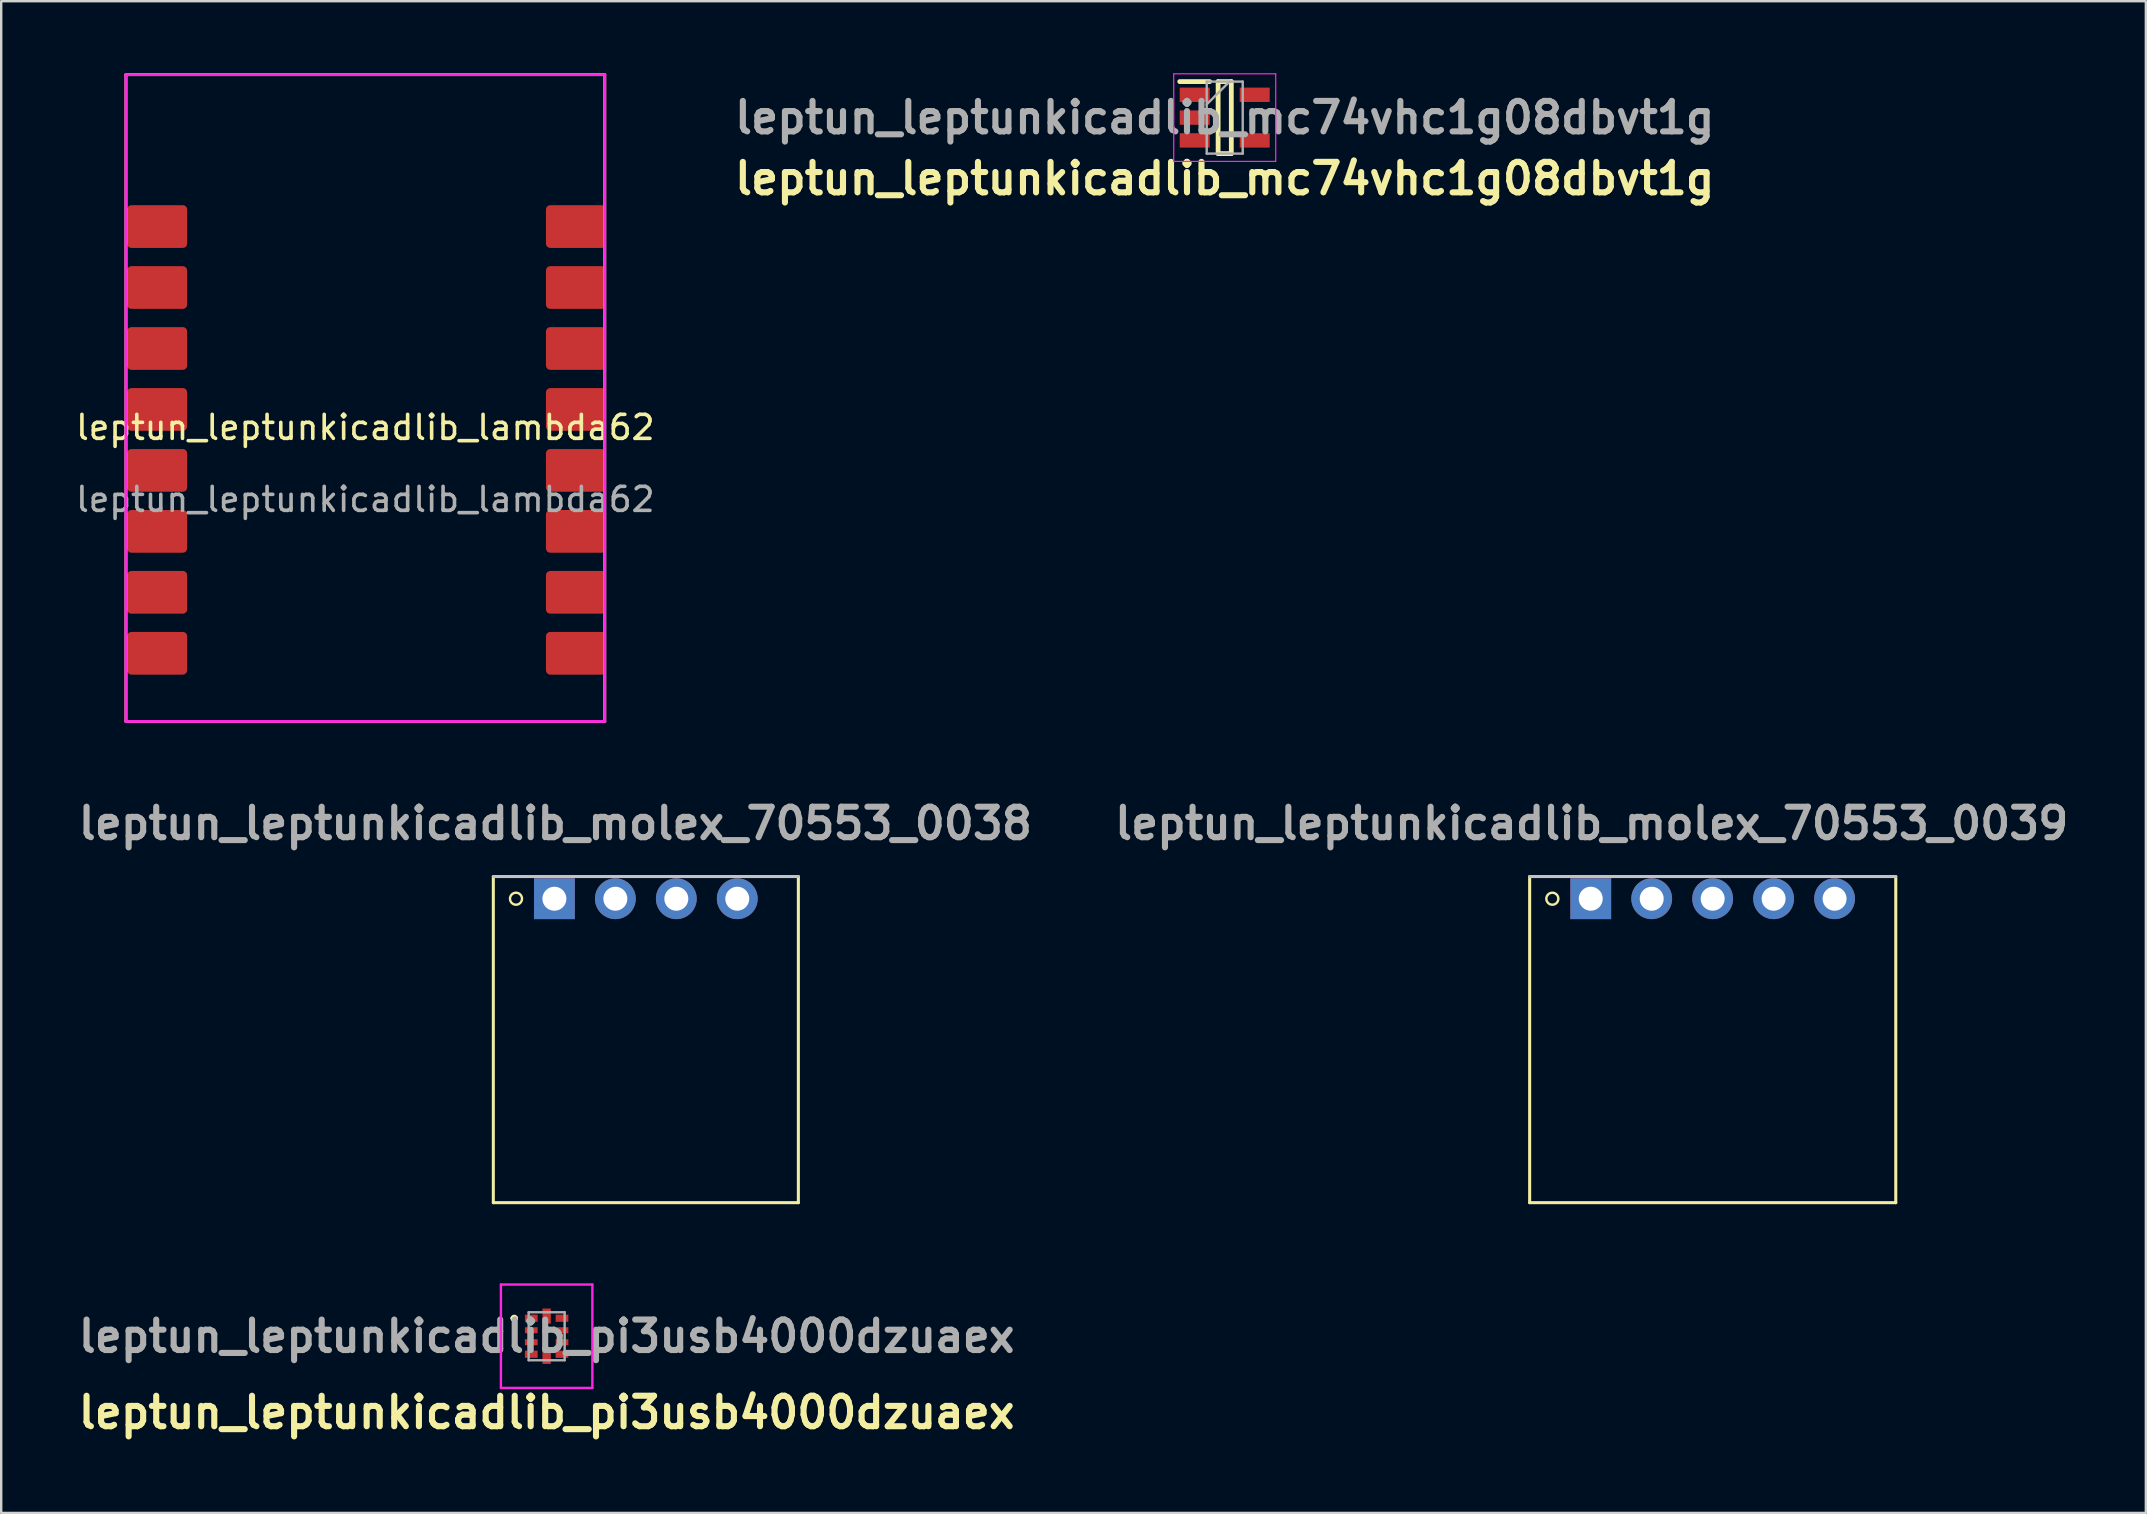
<source format=kicad_pcb>
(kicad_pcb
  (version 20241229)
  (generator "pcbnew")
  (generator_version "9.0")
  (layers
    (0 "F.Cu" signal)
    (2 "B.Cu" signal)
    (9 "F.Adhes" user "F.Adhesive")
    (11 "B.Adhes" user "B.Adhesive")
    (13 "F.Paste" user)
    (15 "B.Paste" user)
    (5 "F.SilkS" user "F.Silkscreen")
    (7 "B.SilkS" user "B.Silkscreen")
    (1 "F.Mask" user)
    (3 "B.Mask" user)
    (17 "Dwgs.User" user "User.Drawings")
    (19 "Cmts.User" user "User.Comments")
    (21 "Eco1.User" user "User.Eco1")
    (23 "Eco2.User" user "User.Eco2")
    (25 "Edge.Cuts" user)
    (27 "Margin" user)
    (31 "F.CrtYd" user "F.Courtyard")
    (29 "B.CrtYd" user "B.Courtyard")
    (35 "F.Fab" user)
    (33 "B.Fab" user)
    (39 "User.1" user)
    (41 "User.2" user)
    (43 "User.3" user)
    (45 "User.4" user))
  (footprint "leptun_leptunkicadlib_molex_70553_0038"
    (layer "F.Cu")
    (at 20.05 34.397)
    (property "Reference" "leptun_leptunkicadlib_molex_70553_0038" (at 0.04 -3.138 0) (layer "F.Fab") (effects (font (size 1.27 1.27) (thickness 0.254) (bold yes))))
    (attr through_hole)
    (fp_line (start -2.545 -0.925) (end -2.545 12.665) (stroke (width 0.127) (type solid)) (layer "F.SilkS"))
    (fp_line (start -2.545 12.665) (end 10.165 12.665) (stroke (width 0.127) (type solid)) (layer "F.SilkS"))
    (fp_line (start 10.165 12.665) (end 10.165 -0.925) (stroke (width 0.127) (type solid)) (layer "F.SilkS"))
    (fp_circle (center -1.6 0) (end -1.35 0) (stroke (width 0.1) (type solid)) (fill no) (layer "F.SilkS"))
    (fp_line (start 10.165 -0.925) (end -2.545 -0.925) (stroke (width 0.127) (type solid)) (layer "Dwgs.User"))
    (fp_line (start -2.75 -1.25) (end -2.75 13) (stroke (width 0.05) (type solid)) (layer "Eco1.User"))
    (fp_line (start -2.75 13) (end 10.37 13) (stroke (width 0.05) (type solid)) (layer "Eco1.User"))
    (fp_line (start 10.37 -1.25) (end -2.75 -1.25) (stroke (width 0.05) (type solid)) (layer "Eco1.User"))
    (fp_line (start 10.37 13) (end 10.37 -1.25) (stroke (width 0.05) (type solid)) (layer "Eco1.User"))
    (pad "1" thru_hole rect (at 0 0) (size 1.7 1.7) (drill 1) (layers "*.Cu" "*.Mask"))
    (pad "2" thru_hole circle (at 2.54 0) (size 1.7 1.7) (drill 1) (layers "*.Cu" "*.Mask"))
    (pad "3" thru_hole circle (at 5.08 0) (size 1.7 1.7) (drill 1) (layers "*.Cu" "*.Mask"))
    (pad "4" thru_hole circle (at 7.62 0) (size 1.7 1.7) (drill 1) (layers "*.Cu" "*.Mask")))
  (footprint "leptun_leptunkicadlib_molex_70553_0039"
    (layer "F.Cu")
    (at 63.231 34.397)
    (property "Reference" "leptun_leptunkicadlib_molex_70553_0039" (at 0.04 -3.138 0) (layer "F.Fab") (effects (font (size 1.27 1.27) (thickness 0.254) (bold yes))))
    (attr through_hole)
    (fp_line (start -2.545 -0.925) (end -2.545 12.665) (stroke (width 0.127) (type solid)) (layer "F.SilkS"))
    (fp_line (start -2.545 12.665) (end 12.71 12.665) (stroke (width 0.127) (type solid)) (layer "F.SilkS"))
    (fp_line (start 12.71 12.665) (end 12.71 -0.925) (stroke (width 0.127) (type solid)) (layer "F.SilkS"))
    (fp_circle (center -1.6 0) (end -1.35 0) (stroke (width 0.1) (type solid)) (fill no) (layer "F.SilkS"))
    (fp_line (start 12.71 -0.925) (end -2.545 -0.925) (stroke (width 0.127) (type solid)) (layer "Dwgs.User"))
    (fp_line (start -2.75 -1.25) (end -2.75 13) (stroke (width 0.05) (type solid)) (layer "Eco1.User"))
    (fp_line (start -2.75 13) (end 12.915 13) (stroke (width 0.05) (type solid)) (layer "Eco1.User"))
    (fp_line (start 12.915 -1.25) (end -2.75 -1.25) (stroke (width 0.05) (type solid)) (layer "Eco1.User"))
    (fp_line (start 12.915 13) (end 12.915 -1.25) (stroke (width 0.05) (type solid)) (layer "Eco1.User"))
    (pad "1" thru_hole rect (at 0 0) (size 1.7 1.7) (drill 1) (layers "*.Cu" "*.Mask"))
    (pad "2" thru_hole circle (at 2.54 0) (size 1.7 1.7) (drill 1) (layers "*.Cu" "*.Mask"))
    (pad "3" thru_hole circle (at 5.08 0) (size 1.7 1.7) (drill 1) (layers "*.Cu" "*.Mask"))
    (pad "4" thru_hole circle (at 7.62 0) (size 1.7 1.7) (drill 1) (layers "*.Cu" "*.Mask"))
    (pad "5" thru_hole circle (at 10.16 0) (size 1.7 1.7) (drill 1) (layers "*.Cu" "*.Mask")))
  (footprint "leptun_leptunkicadlib_pi3usb4000dzuaex"
    (layer "F.Cu")
    (at 19.727 52.627)
    (property "Reference" "leptun_leptunkicadlib_pi3usb4000dzuaex" (at 0 3.175 0) (layer "F.SilkS") (effects (font (size 1.27 1.27) (thickness 0.254))))
    (attr smd)
    (fp_line (start -1.4 -0.75) (end -1.4 -0.75) (stroke (width 0.2) (type solid)) (layer "F.SilkS"))
    (fp_line (start -1.4 -0.75) (end -1.4 -0.75) (stroke (width 0.2) (type solid)) (layer "F.SilkS"))
    (fp_line (start -1.3 -0.75) (end -1.3 -0.75) (stroke (width 0.2) (type solid)) (layer "F.SilkS"))
    (fp_arc (start -1.4 -0.75) (mid -1.35 -0.8) (end -1.3 -0.75) (stroke (width 0.2) (type solid)) (layer "F.SilkS"))
    (fp_arc (start -1.3 -0.75) (mid -1.35 -0.7) (end -1.4 -0.75) (stroke (width 0.2) (type solid)) (layer "F.SilkS"))
    (fp_arc (start -1.3 -0.75) (mid -1.35 -0.7) (end -1.4 -0.75) (stroke (width 0.2) (type solid)) (layer "F.SilkS"))
    (fp_line (start -1.905 -2.155) (end 1.905 -2.155) (stroke (width 0.1) (type solid)) (layer "F.CrtYd"))
    (fp_line (start -1.905 2.155) (end -1.905 -2.155) (stroke (width 0.1) (type solid)) (layer "F.CrtYd"))
    (fp_line (start 1.905 -2.155) (end 1.905 2.155) (stroke (width 0.1) (type solid)) (layer "F.CrtYd"))
    (fp_line (start 1.905 2.155) (end -1.905 2.155) (stroke (width 0.1) (type solid)) (layer "F.CrtYd"))
    (fp_line (start -0.75 -1) (end -0.75 1) (stroke (width 0.1) (type solid)) (layer "F.Fab"))
    (fp_line (start -0.75 1) (end 0.75 1) (stroke (width 0.1) (type solid)) (layer "F.Fab"))
    (fp_line (start 0.75 -1) (end -0.75 -1) (stroke (width 0.1) (type solid)) (layer "F.Fab"))
    (fp_line (start 0.75 1) (end 0.75 -1) (stroke (width 0.1) (type solid)) (layer "F.Fab"))
    (fp_text user "${REFERENCE}" (at 0 0 0) (layer "F.Fab") (effects (font (size 1.27 1.27) (thickness 0.254))))
    (pad "1" smd rect (at -0.64 -0.75 90) (size 0.3 0.53) (layers "F.Cu" "F.Mask" "F.Paste"))
    (pad "2" smd rect (at -0.64 -0.25 90) (size 0.25 0.53) (layers "F.Cu" "F.Mask" "F.Paste"))
    (pad "3" smd rect (at -0.64 0.25 90) (size 0.25 0.53) (layers "F.Cu" "F.Mask" "F.Paste"))
    (pad "4" smd rect (at -0.64 0.75 90) (size 0.3 0.53) (layers "F.Cu" "F.Mask" "F.Paste"))
    (pad "5" smd rect (at 0 0.84) (size 0.35 0.63) (layers "F.Cu" "F.Mask" "F.Paste"))
    (pad "6" smd rect (at 0.64 0.75 90) (size 0.3 0.53) (layers "F.Cu" "F.Mask" "F.Paste"))
    (pad "7" smd rect (at 0.64 0.25 90) (size 0.25 0.53) (layers "F.Cu" "F.Mask" "F.Paste"))
    (pad "8" smd rect (at 0.64 -0.25 90) (size 0.25 0.53) (layers "F.Cu" "F.Mask" "F.Paste"))
    (pad "9" smd rect (at 0.64 -0.75 90) (size 0.3 0.53) (layers "F.Cu" "F.Mask" "F.Paste"))
    (pad "10" smd rect (at 0 -0.84) (size 0.35 0.63) (layers "F.Cu" "F.Mask" "F.Paste")))
  (footprint "leptun_leptunkicadlib_lambda62"
    (layer "F.Cu")
    (at 12.173 15.26)
    (property "Reference" "leptun_leptunkicadlib_lambda62" (at 0 -0.5 0) (unlocked yes) (layer "F.SilkS") (effects (font (size 1 1) (thickness 0.15))))
    (attr smd)
    (fp_line (start -9.975 -15.2) (end 9.975 -15.2) (stroke (width 0.12) (type default)) (layer "F.SilkS"))
    (fp_line (start -9.975 11.75) (end -9.975 -15.2) (stroke (width 0.12) (type default)) (layer "F.SilkS"))
    (fp_line (start -9.975 11.75) (end 9.975 11.75) (stroke (width 0.12) (type default)) (layer "F.SilkS"))
    (fp_line (start 9.975 -15.2) (end 9.975 11.75) (stroke (width 0.12) (type default)) (layer "F.SilkS"))
    (fp_line (start -9.975 -15.2) (end 9.975 -15.2) (stroke (width 0.12) (type default)) (layer "F.CrtYd"))
    (fp_line (start -9.975 11.75) (end -9.975 -15.2) (stroke (width 0.12) (type default)) (layer "F.CrtYd"))
    (fp_line (start -9.975 11.75) (end 9.975 11.75) (stroke (width 0.12) (type default)) (layer "F.CrtYd"))
    (fp_line (start 9.975 -15.2) (end 9.975 11.75) (stroke (width 0.12) (type default)) (layer "F.CrtYd"))
    (fp_text user "${REFERENCE}" (at 0 2.5 0) (unlocked yes) (layer "F.Fab") (effects (font (size 1 1) (thickness 0.15))))
    (pad "1" smd roundrect (at -8.675 -8.87) (size 2.5 1.78) (layers "F.Cu" "F.Mask" "F.Paste") (roundrect_rratio 0.1))
    (pad "2" smd roundrect (at -8.675 -6.33) (size 2.5 1.78) (layers "F.Cu" "F.Mask" "F.Paste") (roundrect_rratio 0.1))
    (pad "3" smd roundrect (at -8.675 -3.79) (size 2.5 1.78) (layers "F.Cu" "F.Mask" "F.Paste") (roundrect_rratio 0.1))
    (pad "4" smd roundrect (at -8.675 -1.25) (size 2.5 1.78) (layers "F.Cu" "F.Mask" "F.Paste") (roundrect_rratio 0.1))
    (pad "5" smd roundrect (at -8.675 1.29) (size 2.5 1.78) (layers "F.Cu" "F.Mask" "F.Paste") (roundrect_rratio 0.1))
    (pad "6" smd roundrect (at -8.675 3.83) (size 2.5 1.78) (layers "F.Cu" "F.Mask" "F.Paste") (roundrect_rratio 0.1))
    (pad "7" smd roundrect (at -8.675 6.37) (size 2.5 1.78) (layers "F.Cu" "F.Mask" "F.Paste") (roundrect_rratio 0.1))
    (pad "8" smd roundrect (at -8.675 8.91) (size 2.5 1.78) (layers "F.Cu" "F.Mask" "F.Paste") (roundrect_rratio 0.1))
    (pad "9" smd roundrect (at 8.775 8.91) (size 2.5 1.78) (layers "F.Cu" "F.Mask" "F.Paste") (roundrect_rratio 0.1))
    (pad "10" smd roundrect (at 8.775 6.37) (size 2.5 1.78) (layers "F.Cu" "F.Mask" "F.Paste") (roundrect_rratio 0.1))
    (pad "11" smd roundrect (at 8.775 3.83) (size 2.5 1.78) (layers "F.Cu" "F.Mask" "F.Paste") (roundrect_rratio 0.1))
    (pad "12" smd roundrect (at 8.775 1.29) (size 2.5 1.78) (layers "F.Cu" "F.Mask" "F.Paste") (roundrect_rratio 0.1))
    (pad "13" smd roundrect (at 8.775 -1.25) (size 2.5 1.78) (layers "F.Cu" "F.Mask" "F.Paste") (roundrect_rratio 0.1))
    (pad "14" smd roundrect (at 8.775 -3.79) (size 2.5 1.78) (layers "F.Cu" "F.Mask" "F.Paste") (roundrect_rratio 0.1))
    (pad "15" smd roundrect (at 8.775 -6.33) (size 2.5 1.78) (layers "F.Cu" "F.Mask" "F.Paste") (roundrect_rratio 0.1))
    (pad "16" smd roundrect (at 8.775 -8.87) (size 2.5 1.78) (layers "F.Cu" "F.Mask" "F.Paste") (roundrect_rratio 0.1)))
  (footprint "leptun_leptunkicadlib_mc74vhc1g08dbvt1g"
    (layer "F.Cu")
    (at 47.98 1.85)
    (property "Reference" "leptun_leptunkicadlib_mc74vhc1g08dbvt1g" (at 0 2.54 0) (layer "F.SilkS") (effects (font (size 1.27 1.27) (thickness 0.254))))
    (attr smd)
    (fp_line (start -1.875 -1.5) (end -0.625 -1.5) (stroke (width 0.2) (type solid)) (layer "F.SilkS"))
    (fp_line (start -0.275 -1.5) (end 0.275 -1.5) (stroke (width 0.2) (type solid)) (layer "F.SilkS"))
    (fp_line (start -0.275 1.5) (end -0.275 -1.5) (stroke (width 0.2) (type solid)) (layer "F.SilkS"))
    (fp_line (start 0.275 -1.5) (end 0.275 1.5) (stroke (width 0.2) (type solid)) (layer "F.SilkS"))
    (fp_line (start 0.275 1.5) (end -0.275 1.5) (stroke (width 0.2) (type solid)) (layer "F.SilkS"))
    (fp_line (start -2.125 -1.825) (end 2.125 -1.825) (stroke (width 0.05) (type solid)) (layer "F.CrtYd"))
    (fp_line (start -2.125 1.825) (end -2.125 -1.825) (stroke (width 0.05) (type solid)) (layer "F.CrtYd"))
    (fp_line (start 2.125 -1.825) (end 2.125 1.825) (stroke (width 0.05) (type solid)) (layer "F.CrtYd"))
    (fp_line (start 2.125 1.825) (end -2.125 1.825) (stroke (width 0.05) (type solid)) (layer "F.CrtYd"))
    (fp_line (start -0.75 -1.5) (end 0.75 -1.5) (stroke (width 0.1) (type solid)) (layer "F.Fab"))
    (fp_line (start -0.75 -0.55) (end 0.2 -1.5) (stroke (width 0.1) (type solid)) (layer "F.Fab"))
    (fp_line (start -0.75 1.5) (end -0.75 -1.5) (stroke (width 0.1) (type solid)) (layer "F.Fab"))
    (fp_line (start 0.75 -1.5) (end 0.75 1.5) (stroke (width 0.1) (type solid)) (layer "F.Fab"))
    (fp_line (start 0.75 1.5) (end -0.75 1.5) (stroke (width 0.1) (type solid)) (layer "F.Fab"))
    (fp_text user "${REFERENCE}" (at 0 0 0) (layer "F.Fab") (effects (font (size 1.27 1.27) (thickness 0.254))))
    (pad "1" smd rect (at -1.25 -0.95 90) (size 0.6 1.25) (layers "F.Cu" "F.Mask" "F.Paste"))
    (pad "2" smd rect (at -1.25 0 90) (size 0.6 1.25) (layers "F.Cu" "F.Mask" "F.Paste"))
    (pad "3" smd rect (at -1.25 0.95 90) (size 0.6 1.25) (layers "F.Cu" "F.Mask" "F.Paste"))
    (pad "4" smd rect (at 1.25 0.95 90) (size 0.6 1.25) (layers "F.Cu" "F.Mask" "F.Paste"))
    (pad "5" smd rect (at 1.25 -0.95 90) (size 0.6 1.25) (layers "F.Cu" "F.Mask" "F.Paste")))
  (gr_rect
    (start -3 -3)
    (end 86.361 59.99)
    (stroke (width 0.1) (type default))
    (fill no)
    (layer "Edge.Cuts")))
</source>
